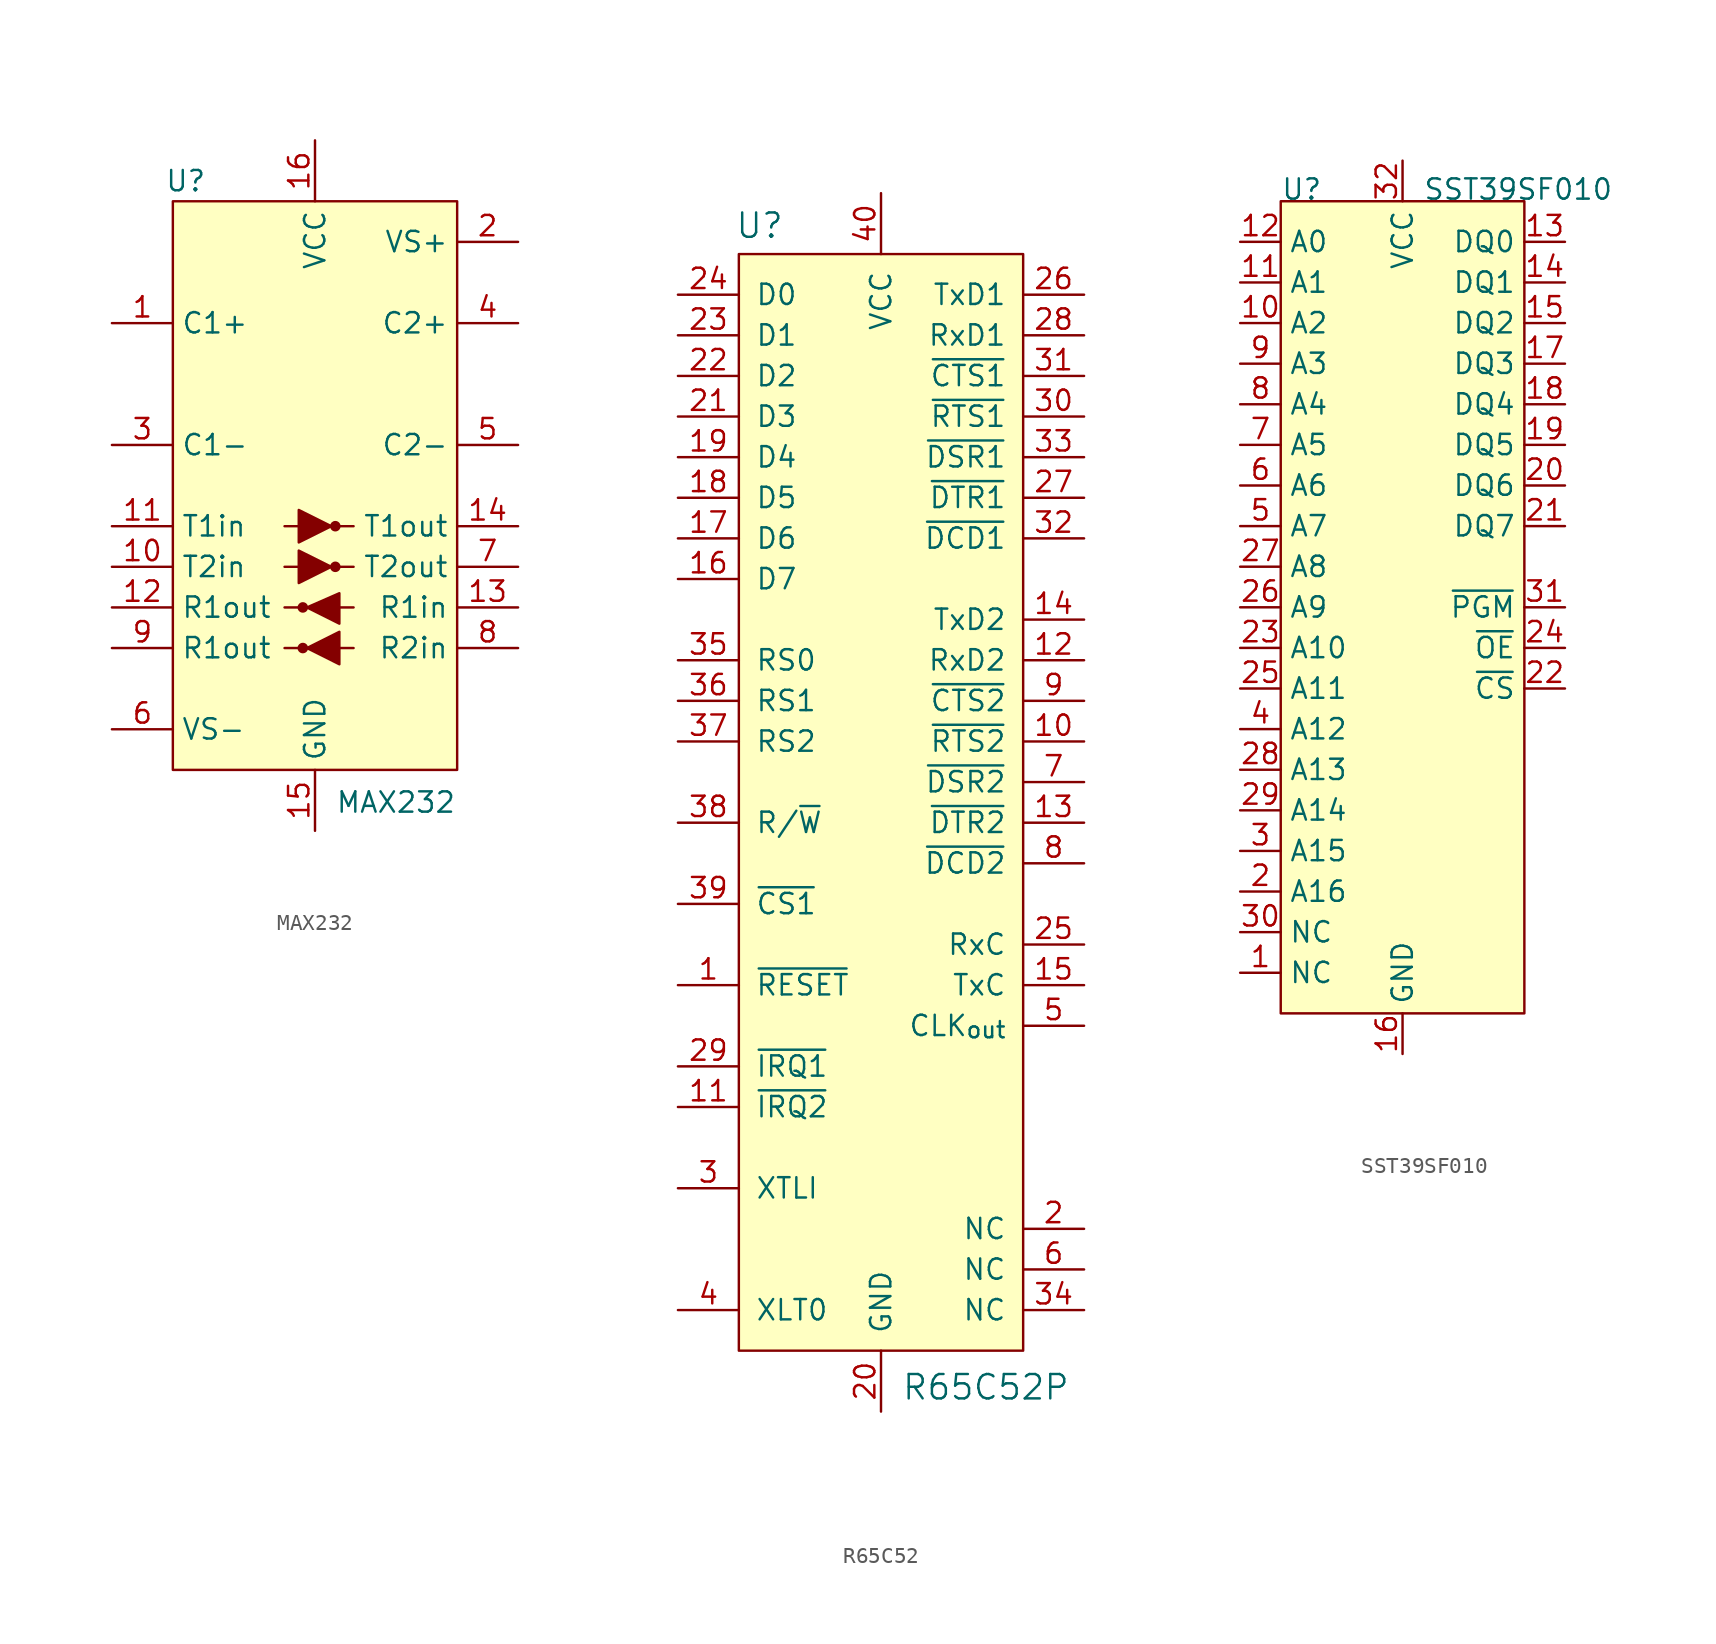
<source format=kicad_sym>
(kicad_symbol_lib
  (version 20241209)
  (generator "kicad_symbol_editor")
  (generator_version "9.0")
  (symbol "MAX232"
    (property "Reference" "U"
      (at -9.398 0 0)
      (do_not_autoplace)
      (effects (font (size 1.27 1.27)) (justify left)))
    (property "Value" "MAX232"
      (at 1.27 -38.862 0)
      (do_not_autoplace)
      (effects (font (size 1.27 1.27)) (justify left)))
    (symbol "MAX232_0_1"
      (rectangle (start -8.89 -1.27) (end 8.89 -36.83) (stroke (width 0.152) (type default)) (fill (type background)))
      (polyline (pts (xy -1.016 -20.574) (xy -1.016 -22.606) (xy 1.016 -21.59) (xy -1.016 -20.574)) (stroke (width 0.152) (type default)) (fill (type outline)))
      (polyline (pts (xy -1.016 -21.59) (xy -1.905 -21.59)) (stroke (width 0.152) (type default)) (fill (type none)))
      (polyline (pts (xy -1.016 -23.114) (xy 1.016 -24.13) (xy -1.016 -25.146) (xy -1.016 -23.114)) (stroke (width 0.152) (type default)) (fill (type outline)))
      (polyline (pts (xy -1.016 -24.13) (xy -1.905 -24.13)) (stroke (width 0.152) (type default)) (fill (type none)))
      (circle (center -0.762 -26.67) (radius 0.254) (stroke (width 0.152) (type default)) (fill (type outline)))
      (circle (center -0.762 -29.21) (radius 0.254) (stroke (width 0.152) (type default)) (fill (type outline)))
      (polyline (pts (xy -0.508 -26.67) (xy -1.905 -26.67)) (stroke (width 0.152) (type default)) (fill (type none)))
      (polyline (pts (xy -0.508 -29.21) (xy -1.905 -29.21)) (stroke (width 0.152) (type default)) (fill (type none)))
      (polyline (pts (xy 1.016 -21.59) (xy 2.413 -21.59)) (stroke (width 0.152) (type default)) (fill (type none)))
      (polyline (pts (xy 1.016 -24.13) (xy 2.413 -24.13)) (stroke (width 0.152) (type default)) (fill (type none)))
      (circle (center 1.27 -21.59) (radius 0.254) (stroke (width 0.152) (type default)) (fill (type outline)))
      (circle (center 1.27 -24.13) (radius 0.254) (stroke (width 0.152) (type default)) (fill (type outline)))
      (polyline (pts (xy 1.524 -25.781) (xy 1.524 -27.686) (xy -0.508 -26.67) (xy 1.524 -25.781)) (stroke (width 0.152) (type default)) (fill (type outline)))
      (polyline (pts (xy 1.524 -26.67) (xy 2.413 -26.67)) (stroke (width 0.152) (type default)) (fill (type none)))
      (polyline (pts (xy 1.524 -28.194) (xy 1.524 -30.226) (xy -0.508 -29.21) (xy 1.524 -28.194)) (stroke (width 0.152) (type default)) (fill (type outline)))
      (polyline (pts (xy 1.524 -29.21) (xy 2.413 -29.21)) (stroke (width 0.152) (type default)) (fill (type none))))
    (symbol "MAX232_1_1"
      (pin passive line (at -12.7 -8.89 0) (length 3.81) (name "C1+" (effects (font (size 1.27 1.27)))) (number "1" (effects (font (size 1.27 1.27)))))
      (pin passive line (at -12.7 -16.51 0) (length 3.81) (name "C1-" (effects (font (size 1.27 1.27)))) (number "3" (effects (font (size 1.27 1.27)))))
      (pin input line (at -12.7 -21.59 0) (length 3.81) (name "T1in" (effects (font (size 1.27 1.27)))) (number "11" (effects (font (size 1.27 1.27)))))
      (pin input line (at -12.7 -24.13 0) (length 3.81) (name "T2in" (effects (font (size 1.27 1.27)))) (number "10" (effects (font (size 1.27 1.27)))))
      (pin output line (at -12.7 -26.67 0) (length 3.81) (name "R1out" (effects (font (size 1.27 1.27)))) (number "12" (effects (font (size 1.27 1.27)))))
      (pin output line (at -12.7 -29.21 0) (length 3.81) (name "R1out" (effects (font (size 1.27 1.27)))) (number "9" (effects (font (size 1.27 1.27)))))
      (pin power_out line (at -12.7 -34.29 0) (length 3.81) (name "VS-" (effects (font (size 1.27 1.27)))) (number "6" (effects (font (size 1.27 1.27)))))
      (pin power_in line (at 0 2.54 270) (length 3.81) (name "VCC" (effects (font (size 1.27 1.27)))) (number "16" (effects (font (size 1.27 1.27)))))
      (pin power_in line (at 0 -40.64 90) (length 3.81) (name "GND" (effects (font (size 1.27 1.27)))) (number "15" (effects (font (size 1.27 1.27)))))
      (pin power_out line (at 12.7 -3.81 180) (length 3.81) (name "VS+" (effects (font (size 1.27 1.27)))) (number "2" (effects (font (size 1.27 1.27)))))
      (pin passive line (at 12.7 -8.89 180) (length 3.81) (name "C2+" (effects (font (size 1.27 1.27)))) (number "4" (effects (font (size 1.27 1.27)))))
      (pin passive line (at 12.7 -16.51 180) (length 3.81) (name "C2-" (effects (font (size 1.27 1.27)))) (number "5" (effects (font (size 1.27 1.27)))))
      (pin output line (at 12.7 -21.59 180) (length 3.81) (name "T1out" (effects (font (size 1.27 1.27)))) (number "14" (effects (font (size 1.27 1.27)))))
      (pin output line (at 12.7 -24.13 180) (length 3.81) (name "T2out" (effects (font (size 1.27 1.27)))) (number "7" (effects (font (size 1.27 1.27)))))
      (pin input line (at 12.7 -26.67 180) (length 3.81) (name "R1in" (effects (font (size 1.27 1.27)))) (number "13" (effects (font (size 1.27 1.27)))))
      (pin input line (at 12.7 -29.21 180) (length 3.81) (name "R2in" (effects (font (size 1.27 1.27)))) (number "8" (effects (font (size 1.27 1.27)))))))
  (symbol "R65C52"
    (pin_names
      (offset 1.016))
    (property "Reference" "U"
      (at -9.144 19.558 0)
      (do_not_autoplace)
      (effects (font (size 1.524 1.524)) (justify left)))
    (property "Value" "R65C52P"
      (at 1.27 -53.086 0)
      (do_not_autoplace)
      (effects (font (size 1.524 1.524)) (justify left)))
    (property "Datasheet" ""
      (at 0 -5.08 0)
      (effects (font (size 1.524 1.524))))
    (symbol "R65C52_0_1"
      (rectangle (start -8.89 17.78) (end 8.89 -50.8) (stroke (width 0) (type solid)) (fill (type background))))
    (symbol "R65C52_1_0"
      (pin input line (at -12.7 -12.7 0) (length 3.81) (name "RS2" (effects (font (size 1.27 1.27)))) (number "37" (effects (font (size 1.27 1.27)))))
      (pin open_emitter line (at -12.7 -35.56 0) (length 3.81) (name "~{IRQ2}" (effects (font (size 1.27 1.27)))) (number "11" (effects (font (size 1.27 1.27)))))
      (pin output line (at 12.7 -5.08 180) (length 3.81) (name "TxD2" (effects (font (size 1.27 1.27)))) (number "14" (effects (font (size 1.27 1.27)))))
      (pin input line (at 12.7 -7.62 180) (length 3.81) (name "RxD2" (effects (font (size 1.27 1.27)))) (number "12" (effects (font (size 1.27 1.27)))))
      (pin input line (at 12.7 -10.16 180) (length 3.81) (name "~{CTS2}" (effects (font (size 1.27 1.27)))) (number "9" (effects (font (size 1.27 1.27)))))
      (pin output line (at 12.7 -12.7 180) (length 3.81) (name "~{RTS2}" (effects (font (size 1.27 1.27)))) (number "10" (effects (font (size 1.27 1.27)))))
      (pin input line (at 12.7 -15.24 180) (length 3.81) (name "~{DSR2}" (effects (font (size 1.27 1.27)))) (number "7" (effects (font (size 1.27 1.27)))))
      (pin output line (at 12.7 -17.78 180) (length 3.81) (name "~{DTR2}" (effects (font (size 1.27 1.27)))) (number "13" (effects (font (size 1.27 1.27)))))
      (pin input line (at 12.7 -20.32 180) (length 3.81) (name "~{DCD2}" (effects (font (size 1.27 1.27)))) (number "8" (effects (font (size 1.27 1.27)))))
      (pin output line (at 12.7 -27.94 180) (length 3.81) (name "TxC" (effects (font (size 1.27 1.27)))) (number "15" (effects (font (size 1.27 1.27)))))
      (pin passive line (at 12.7 -30.48 180) (length 3.81) (name "CLK_{out}" (effects (font (size 1.27 1.27)))) (number "5" (effects (font (size 1.27 1.27)))))
      (pin passive line (at 12.7 -43.18 180) (length 3.81) (name "NC" (effects (font (size 1.27 1.27)))) (number "2" (effects (font (size 1.27 1.27)))))
      (pin passive line (at 12.7 -45.72 180) (length 3.81) (name "NC" (effects (font (size 1.27 1.27)))) (number "6" (effects (font (size 1.27 1.27)))))
      (pin passive line (at 12.7 -48.26 180) (length 3.81) (name "NC" (effects (font (size 1.27 1.27)))) (number "34" (effects (font (size 1.27 1.27))))))
    (symbol "R65C52_1_1"
      (pin bidirectional line (at -12.7 15.24 0) (length 3.81) (name "D0" (effects (font (size 1.27 1.27)))) (number "24" (effects (font (size 1.27 1.27)))))
      (pin bidirectional line (at -12.7 12.7 0) (length 3.81) (name "D1" (effects (font (size 1.27 1.27)))) (number "23" (effects (font (size 1.27 1.27)))))
      (pin bidirectional line (at -12.7 10.16 0) (length 3.81) (name "D2" (effects (font (size 1.27 1.27)))) (number "22" (effects (font (size 1.27 1.27)))))
      (pin bidirectional line (at -12.7 7.62 0) (length 3.81) (name "D3" (effects (font (size 1.27 1.27)))) (number "21" (effects (font (size 1.27 1.27)))))
      (pin bidirectional line (at -12.7 5.08 0) (length 3.81) (name "D4" (effects (font (size 1.27 1.27)))) (number "19" (effects (font (size 1.27 1.27)))))
      (pin bidirectional line (at -12.7 2.54 0) (length 3.81) (name "D5" (effects (font (size 1.27 1.27)))) (number "18" (effects (font (size 1.27 1.27)))))
      (pin bidirectional line (at -12.7 0 0) (length 3.81) (name "D6" (effects (font (size 1.27 1.27)))) (number "17" (effects (font (size 1.27 1.27)))))
      (pin bidirectional line (at -12.7 -2.54 0) (length 3.81) (name "D7" (effects (font (size 1.27 1.27)))) (number "16" (effects (font (size 1.27 1.27)))))
      (pin input line (at -12.7 -7.62 0) (length 3.81) (name "RS0" (effects (font (size 1.27 1.27)))) (number "35" (effects (font (size 1.27 1.27)))))
      (pin input line (at -12.7 -10.16 0) (length 3.81) (name "RS1" (effects (font (size 1.27 1.27)))) (number "36" (effects (font (size 1.27 1.27)))))
      (pin input line (at -12.7 -17.78 0) (length 3.81) (name "R/~{W}" (effects (font (size 1.27 1.27)))) (number "38" (effects (font (size 1.27 1.27)))))
      (pin input line (at -12.7 -22.86 0) (length 3.81) (name "~{CS1}" (effects (font (size 1.27 1.27)))) (number "39" (effects (font (size 1.27 1.27)))))
      (pin input line (at -12.7 -27.94 0) (length 3.81) (name "~{RESET}" (effects (font (size 1.27 1.27)))) (number "1" (effects (font (size 1.27 1.27)))))
      (pin open_emitter line (at -12.7 -33.02 0) (length 3.81) (name "~{IRQ1}" (effects (font (size 1.27 1.27)))) (number "29" (effects (font (size 1.27 1.27)))))
      (pin input line (at -12.7 -40.64 0) (length 3.81) (name "XTLI" (effects (font (size 1.27 1.27)))) (number "3" (effects (font (size 1.27 1.27)))))
      (pin input line (at -12.7 -48.26 0) (length 3.81) (name "XLT0" (effects (font (size 1.27 1.27)))) (number "4" (effects (font (size 1.27 1.27)))))
      (pin power_in line (at 0 21.59 270) (length 3.81) (name "VCC" (effects (font (size 1.27 1.27)))) (number "40" (effects (font (size 1.27 1.27)))))
      (pin power_in line (at 0 -54.61 90) (length 3.81) (name "GND" (effects (font (size 1.27 1.27)))) (number "20" (effects (font (size 1.27 1.27)))))
      (pin output line (at 12.7 15.24 180) (length 3.81) (name "TxD1" (effects (font (size 1.27 1.27)))) (number "26" (effects (font (size 1.27 1.27)))))
      (pin input line (at 12.7 12.7 180) (length 3.81) (name "RxD1" (effects (font (size 1.27 1.27)))) (number "28" (effects (font (size 1.27 1.27)))))
      (pin input line (at 12.7 10.16 180) (length 3.81) (name "~{CTS1}" (effects (font (size 1.27 1.27)))) (number "31" (effects (font (size 1.27 1.27)))))
      (pin output line (at 12.7 7.62 180) (length 3.81) (name "~{RTS1}" (effects (font (size 1.27 1.27)))) (number "30" (effects (font (size 1.27 1.27)))))
      (pin input line (at 12.7 5.08 180) (length 3.81) (name "~{DSR1}" (effects (font (size 1.27 1.27)))) (number "33" (effects (font (size 1.27 1.27)))))
      (pin output line (at 12.7 2.54 180) (length 3.81) (name "~{DTR1}" (effects (font (size 1.27 1.27)))) (number "27" (effects (font (size 1.27 1.27)))))
      (pin input line (at 12.7 0 180) (length 3.81) (name "~{DCD1}" (effects (font (size 1.27 1.27)))) (number "32" (effects (font (size 1.27 1.27)))))
      (pin bidirectional line (at 12.7 -25.4 180) (length 3.81) (name "RxC" (effects (font (size 1.27 1.27)))) (number "25" (effects (font (size 1.27 1.27)))))))
  (symbol "SST39SF010"
    (property "Reference" "U"
      (at -7.62 0 0)
      (effects (font (size 1.27 1.27)) (justify left bottom)))
    (property "Value" "SST39SF010"
      (at 1.27 0 0)
      (effects (font (size 1.27 1.27)) (justify left bottom)))
    (symbol "SST39SF010_0_0"
      (pin power_in line (at 0 2.54 270) (length 2.54) (name "VCC" (effects (font (size 1.27 1.27)))) (number "32" (effects (font (size 1.27 1.27)))))
      (pin power_in line (at 0 -53.34 90) (length 2.54) (name "GND" (effects (font (size 1.27 1.27)))) (number "16" (effects (font (size 1.27 1.27))))))
    (symbol "SST39SF010_0_1"
      (rectangle (start -7.62 0) (end 7.62 -50.8) (stroke (width 0) (type default)) (fill (type background))))
    (symbol "SST39SF010_1_1"
      (pin input line (at -10.16 -2.54 0) (length 2.54) (name "A0" (effects (font (size 1.27 1.27)))) (number "12" (effects (font (size 1.27 1.27)))))
      (pin input line (at -10.16 -5.08 0) (length 2.54) (name "A1" (effects (font (size 1.27 1.27)))) (number "11" (effects (font (size 1.27 1.27)))))
      (pin input line (at -10.16 -7.62 0) (length 2.54) (name "A2" (effects (font (size 1.27 1.27)))) (number "10" (effects (font (size 1.27 1.27)))))
      (pin input line (at -10.16 -10.16 0) (length 2.54) (name "A3" (effects (font (size 1.27 1.27)))) (number "9" (effects (font (size 1.27 1.27)))))
      (pin input line (at -10.16 -12.7 0) (length 2.54) (name "A4" (effects (font (size 1.27 1.27)))) (number "8" (effects (font (size 1.27 1.27)))))
      (pin input line (at -10.16 -15.24 0) (length 2.54) (name "A5" (effects (font (size 1.27 1.27)))) (number "7" (effects (font (size 1.27 1.27)))))
      (pin input line (at -10.16 -17.78 0) (length 2.54) (name "A6" (effects (font (size 1.27 1.27)))) (number "6" (effects (font (size 1.27 1.27)))))
      (pin input line (at -10.16 -20.32 0) (length 2.54) (name "A7" (effects (font (size 1.27 1.27)))) (number "5" (effects (font (size 1.27 1.27)))))
      (pin input line (at -10.16 -22.86 0) (length 2.54) (name "A8" (effects (font (size 1.27 1.27)))) (number "27" (effects (font (size 1.27 1.27)))))
      (pin input line (at -10.16 -25.4 0) (length 2.54) (name "A9" (effects (font (size 1.27 1.27)))) (number "26" (effects (font (size 1.27 1.27)))))
      (pin input line (at -10.16 -27.94 0) (length 2.54) (name "A10" (effects (font (size 1.27 1.27)))) (number "23" (effects (font (size 1.27 1.27)))))
      (pin input line (at -10.16 -30.48 0) (length 2.54) (name "A11" (effects (font (size 1.27 1.27)))) (number "25" (effects (font (size 1.27 1.27)))))
      (pin input line (at -10.16 -33.02 0) (length 2.54) (name "A12" (effects (font (size 1.27 1.27)))) (number "4" (effects (font (size 1.27 1.27)))))
      (pin input line (at -10.16 -35.56 0) (length 2.54) (name "A13" (effects (font (size 1.27 1.27)))) (number "28" (effects (font (size 1.27 1.27)))))
      (pin input line (at -10.16 -38.1 0) (length 2.54) (name "A14" (effects (font (size 1.27 1.27)))) (number "29" (effects (font (size 1.27 1.27)))))
      (pin input line (at -10.16 -40.64 0) (length 2.54) (name "A15" (effects (font (size 1.27 1.27)))) (number "3" (effects (font (size 1.27 1.27)))))
      (pin input line (at -10.16 -43.18 0) (length 2.54) (name "A16" (effects (font (size 1.27 1.27)))) (number "2" (effects (font (size 1.27 1.27)))))
      (pin input line (at -10.16 -45.72 0) (length 2.54) (name "NC" (effects (font (size 1.27 1.27)))) (number "30" (effects (font (size 1.27 1.27)))))
      (pin input line (at -10.16 -48.26 0) (length 2.54) (name "NC" (effects (font (size 1.27 1.27)))) (number "1" (effects (font (size 1.27 1.27)))))
      (pin tri_state line (at 10.16 -2.54 180) (length 2.54) (name "DQ0" (effects (font (size 1.27 1.27)))) (number "13" (effects (font (size 1.27 1.27)))))
      (pin tri_state line (at 10.16 -5.08 180) (length 2.54) (name "DQ1" (effects (font (size 1.27 1.27)))) (number "14" (effects (font (size 1.27 1.27)))))
      (pin tri_state line (at 10.16 -7.62 180) (length 2.54) (name "DQ2" (effects (font (size 1.27 1.27)))) (number "15" (effects (font (size 1.27 1.27)))))
      (pin tri_state line (at 10.16 -10.16 180) (length 2.54) (name "DQ3" (effects (font (size 1.27 1.27)))) (number "17" (effects (font (size 1.27 1.27)))))
      (pin tri_state line (at 10.16 -12.7 180) (length 2.54) (name "DQ4" (effects (font (size 1.27 1.27)))) (number "18" (effects (font (size 1.27 1.27)))))
      (pin tri_state line (at 10.16 -15.24 180) (length 2.54) (name "DQ5" (effects (font (size 1.27 1.27)))) (number "19" (effects (font (size 1.27 1.27)))))
      (pin tri_state line (at 10.16 -17.78 180) (length 2.54) (name "DQ6" (effects (font (size 1.27 1.27)))) (number "20" (effects (font (size 1.27 1.27)))))
      (pin tri_state line (at 10.16 -20.32 180) (length 2.54) (name "DQ7" (effects (font (size 1.27 1.27)))) (number "21" (effects (font (size 1.27 1.27)))))
      (pin input line (at 10.16 -25.4 180) (length 2.54) (name "~{PGM}" (effects (font (size 1.27 1.27)))) (number "31" (effects (font (size 1.27 1.27)))))
      (pin input line (at 10.16 -27.94 180) (length 2.54) (name "~{OE}" (effects (font (size 1.27 1.27)))) (number "24" (effects (font (size 1.27 1.27)))))
      (pin input line (at 10.16 -30.48 180) (length 2.54) (name "~{CS}" (effects (font (size 1.27 1.27)))) (number "22" (effects (font (size 1.27 1.27))))))))
</source>
